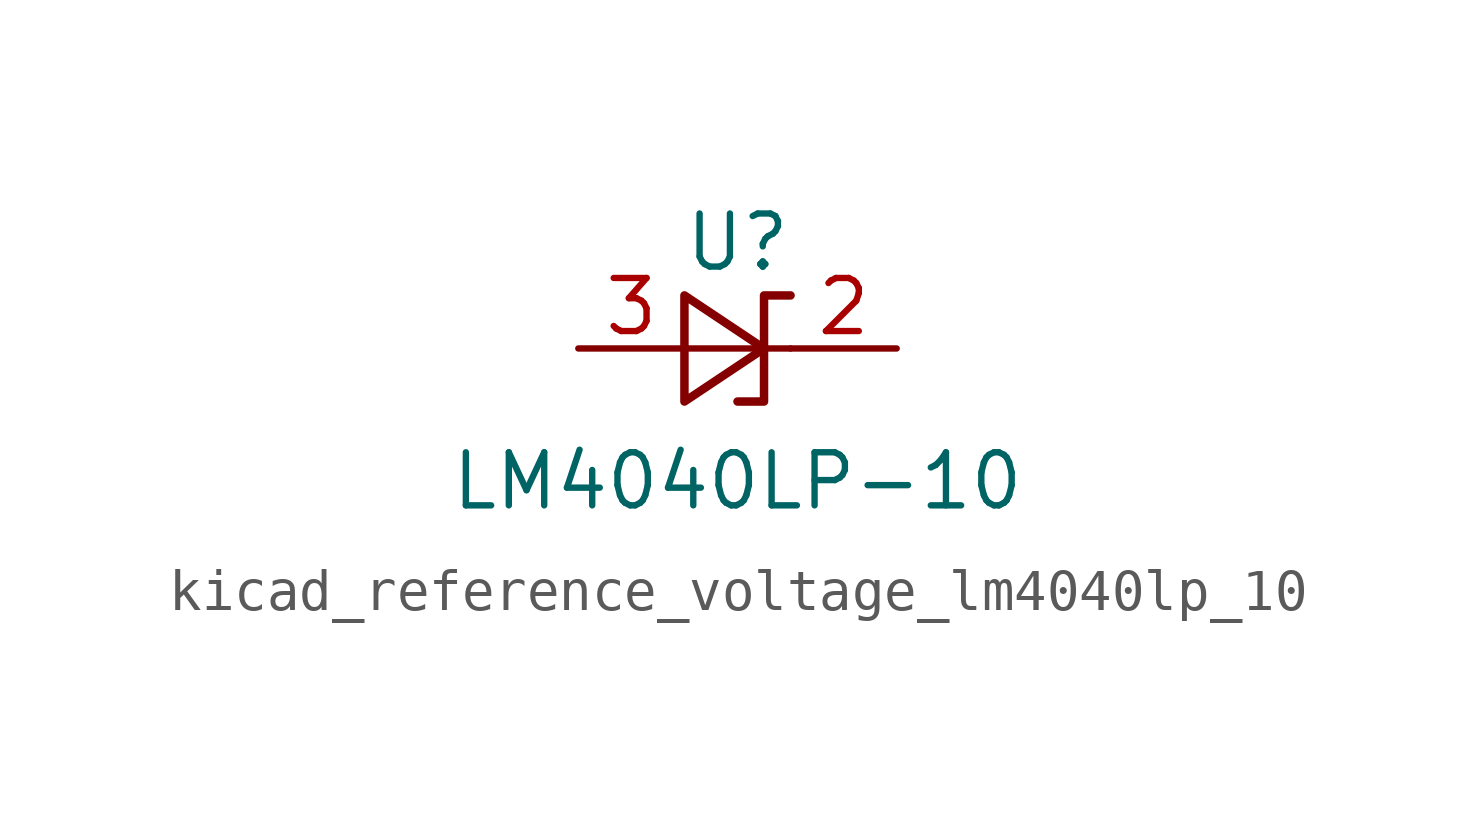
<source format=kicad_sym>
(kicad_symbol_lib
  (version 20220914)
  (generator kicad_symbol_editor)
  (symbol "kicad_reference_voltage_lm4040lp_10"
    (pin_names
      (offset 0.025) hide)
    (property "Reference" "U"
      (at 0 2.54 0)
      (effects (font (size 1.27 1.27))))
    (property "Value" "LM4040LP-10"
      (at 0 -3.175 0)
      (effects (font (size 1.27 1.27))))
    (symbol "kicad_reference_voltage_lm4040lp_10_0_1"
      (polyline (pts (xy -1.27 0) (xy 0 0) (xy 1.27 0)) (stroke (width 0) (type default)) (fill (type none)))
      (polyline (pts (xy -1.27 -1.27) (xy 0.635 0) (xy -1.27 1.27) (xy -1.27 -1.27)) (stroke (width 0.203) (type default)) (fill (type none)))
      (polyline (pts (xy 0 -1.27) (xy 0.635 -1.27) (xy 0.635 1.27) (xy 1.27 1.27)) (stroke (width 0.203) (type default)) (fill (type none))))
    (symbol "kicad_reference_voltage_lm4040lp_10_1_1"
      (pin passive line (at 3.81 0 180) (length 2.54) (name "K" (effects (font (size 1.27 1.27)))) (number "2" (effects (font (size 1.27 1.27)))))
      (pin passive line (at -3.81 0 0) (length 2.54) (name "A" (effects (font (size 1.27 1.27)))) (number "3" (effects (font (size 1.27 1.27))))))))
</source>
